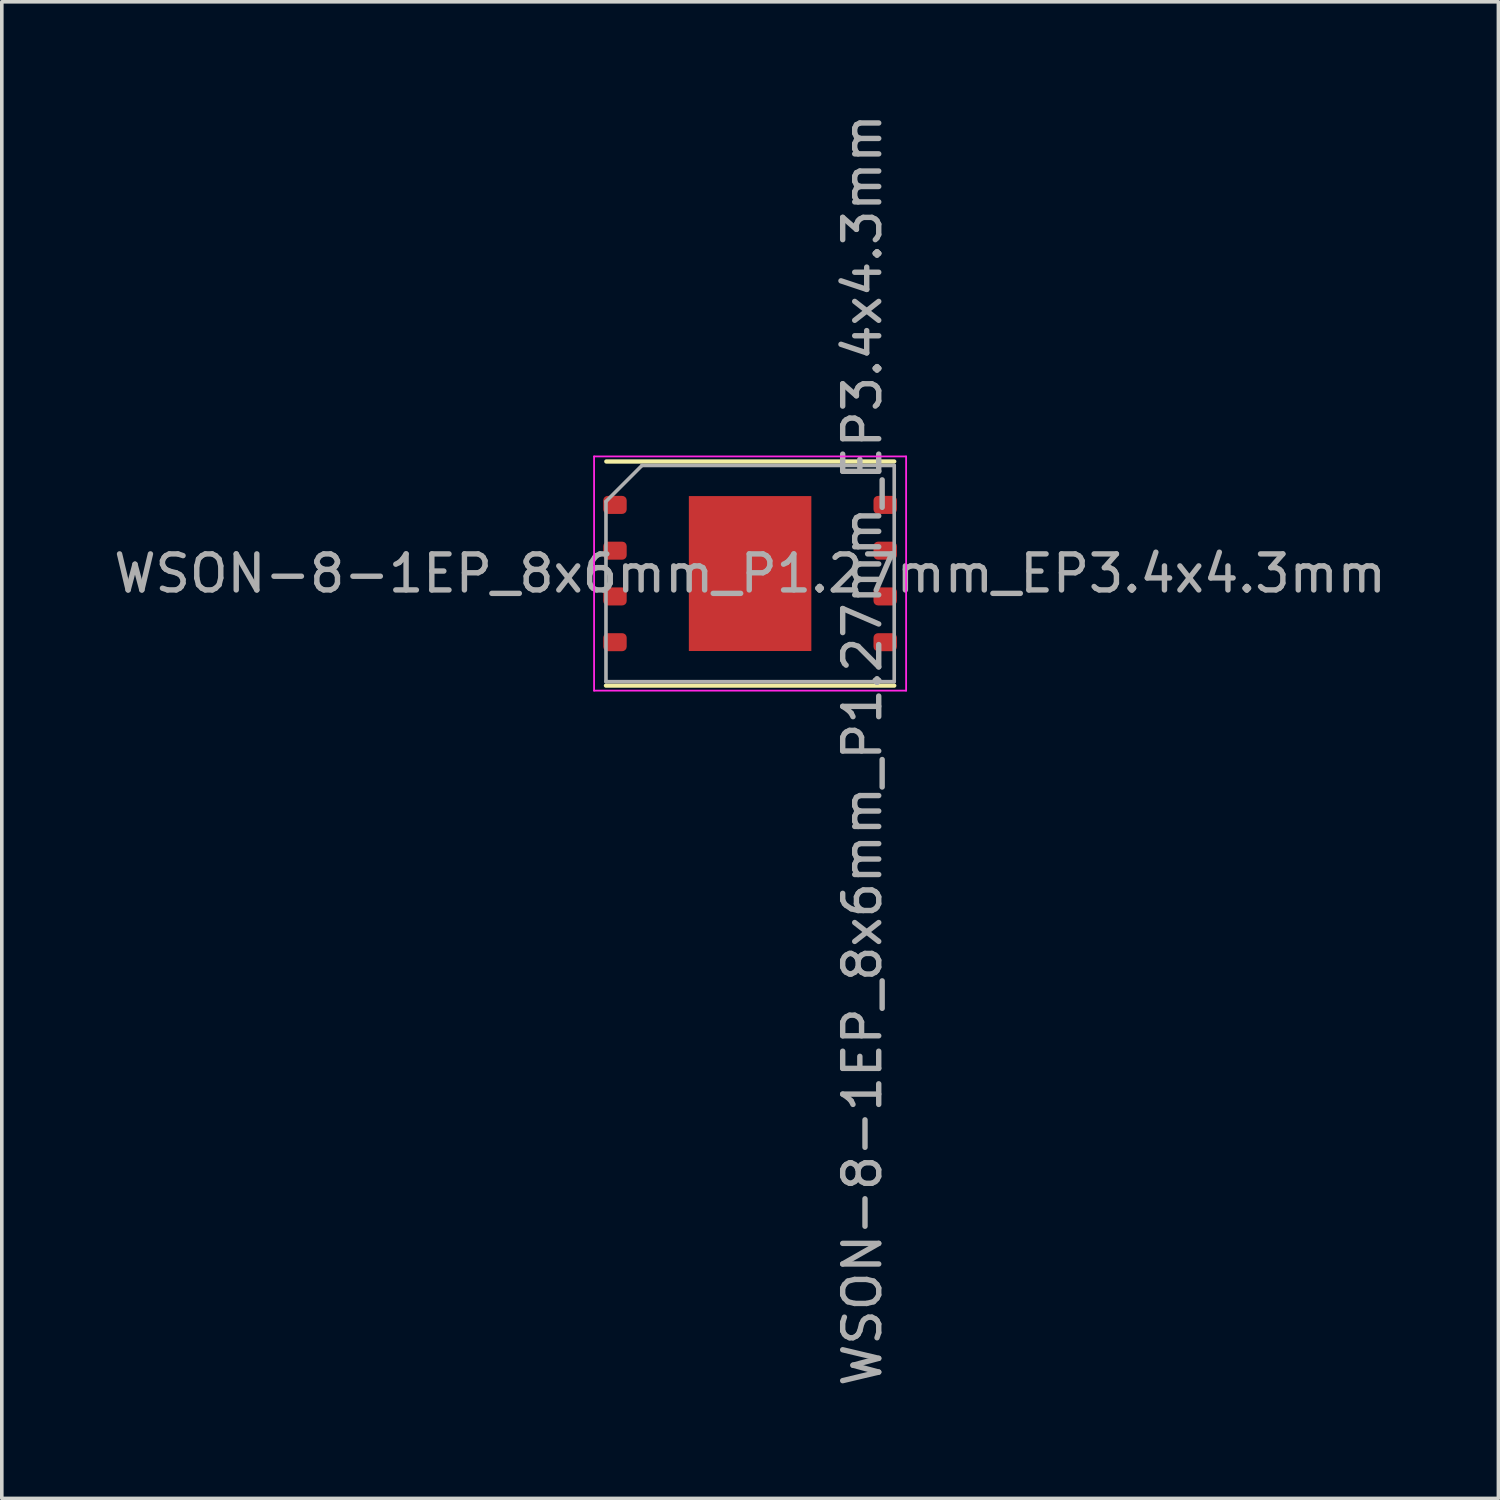
<source format=kicad_pcb>
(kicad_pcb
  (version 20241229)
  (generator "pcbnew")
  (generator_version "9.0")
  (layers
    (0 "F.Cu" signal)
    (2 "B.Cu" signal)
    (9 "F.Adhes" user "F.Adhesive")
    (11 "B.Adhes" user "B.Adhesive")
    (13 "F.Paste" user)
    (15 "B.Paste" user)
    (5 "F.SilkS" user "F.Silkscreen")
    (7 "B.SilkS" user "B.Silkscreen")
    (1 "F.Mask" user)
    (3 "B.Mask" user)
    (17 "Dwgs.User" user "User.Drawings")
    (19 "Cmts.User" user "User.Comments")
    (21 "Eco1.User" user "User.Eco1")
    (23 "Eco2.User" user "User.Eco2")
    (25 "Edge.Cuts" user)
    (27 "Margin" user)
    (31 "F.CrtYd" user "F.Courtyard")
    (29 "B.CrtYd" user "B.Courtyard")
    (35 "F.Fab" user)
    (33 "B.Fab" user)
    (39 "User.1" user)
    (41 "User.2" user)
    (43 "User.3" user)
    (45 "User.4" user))
  (footprint "WSON-8-1EP_8x6mm_P1.27mm_EP3.4x4.3mm"
    (layer "F.Cu")
    (at 17.768 12.868)
    (property "Reference" "WSON-8-1EP_8x6mm_P1.27mm_EP3.4x4.3mm" (at 3.115 4.9 90) (layer "F.Fab") (effects (font (size 1 1) (thickness 0.15))))
    (attr smd)
    (fp_line (start -4 3.11) (end 4 3.11) (stroke (width 0.12) (type solid)) (layer "F.SilkS"))
    (fp_line (start -3.99 -3.11) (end 4 -3.11) (stroke (width 0.12) (type solid)) (layer "F.SilkS"))
    (fp_line (start -4.33 -3.25) (end -4.33 3.25) (stroke (width 0.05) (type solid)) (layer "F.CrtYd"))
    (fp_line (start -4.33 3.25) (end 4.33 3.25) (stroke (width 0.05) (type solid)) (layer "F.CrtYd"))
    (fp_line (start 4.33 -3.25) (end -4.33 -3.25) (stroke (width 0.05) (type solid)) (layer "F.CrtYd"))
    (fp_line (start 4.33 3.25) (end 4.33 -3.25) (stroke (width 0.05) (type solid)) (layer "F.CrtYd"))
    (fp_line (start -4 -2) (end -3 -3) (stroke (width 0.1) (type solid)) (layer "F.Fab"))
    (fp_line (start -4 3) (end -4 -2) (stroke (width 0.1) (type solid)) (layer "F.Fab"))
    (fp_line (start -3 -3) (end 4 -3) (stroke (width 0.1) (type solid)) (layer "F.Fab"))
    (fp_line (start 4 -3) (end 4 3) (stroke (width 0.1) (type solid)) (layer "F.Fab"))
    (fp_line (start 4 3) (end -4 3) (stroke (width 0.1) (type solid)) (layer "F.Fab"))
    (fp_text user "${REFERENCE}" (at 0 0 0) (layer "F.Fab") (effects (font (size 1 1) (thickness 0.15))))
    (pad "" smd roundrect (at -0.85 -1.075) (size 1.37 1.73) (layers "F.Paste") (roundrect_rratio 0.182))
    (pad "" smd roundrect (at -0.85 1.075) (size 1.37 1.73) (layers "F.Paste") (roundrect_rratio 0.182))
    (pad "" smd roundrect (at 0.85 -1.075) (size 1.37 1.73) (layers "F.Paste") (roundrect_rratio 0.182))
    (pad "" smd roundrect (at 0.85 1.075) (size 1.37 1.73) (layers "F.Paste") (roundrect_rratio 0.182))
    (pad "1" smd roundrect (at -3.75 -1.905) (size 0.65 0.5) (layers "F.Cu" "F.Mask" "F.Paste") (roundrect_rratio 0.25))
    (pad "2" smd roundrect (at -3.75 -0.635) (size 0.65 0.5) (layers "F.Cu" "F.Mask" "F.Paste") (roundrect_rratio 0.25))
    (pad "3" smd roundrect (at -3.75 0.635) (size 0.65 0.5) (layers "F.Cu" "F.Mask" "F.Paste") (roundrect_rratio 0.25))
    (pad "4" smd roundrect (at -3.75 1.905) (size 0.65 0.5) (layers "F.Cu" "F.Mask" "F.Paste") (roundrect_rratio 0.25))
    (pad "5" smd roundrect (at 3.75 1.905) (size 0.65 0.5) (layers "F.Cu" "F.Mask" "F.Paste") (roundrect_rratio 0.25))
    (pad "6" smd roundrect (at 3.75 0.635) (size 0.65 0.5) (layers "F.Cu" "F.Mask" "F.Paste") (roundrect_rratio 0.25))
    (pad "7" smd roundrect (at 3.75 -0.635) (size 0.65 0.5) (layers "F.Cu" "F.Mask" "F.Paste") (roundrect_rratio 0.25))
    (pad "8" smd roundrect (at 3.75 -1.905) (size 0.65 0.5) (layers "F.Cu" "F.Mask" "F.Paste") (roundrect_rratio 0.25))
    (pad "9" smd rect (at 0 0) (size 3.4 4.3) (property pad_prop_heatsink) (layers "F.Cu" "F.Mask")))
  (gr_rect
    (start -3 -3)
    (end 38.536 38.536)
    (stroke (width 0.1) (type default))
    (fill no)
    (layer "Edge.Cuts")))
</source>
